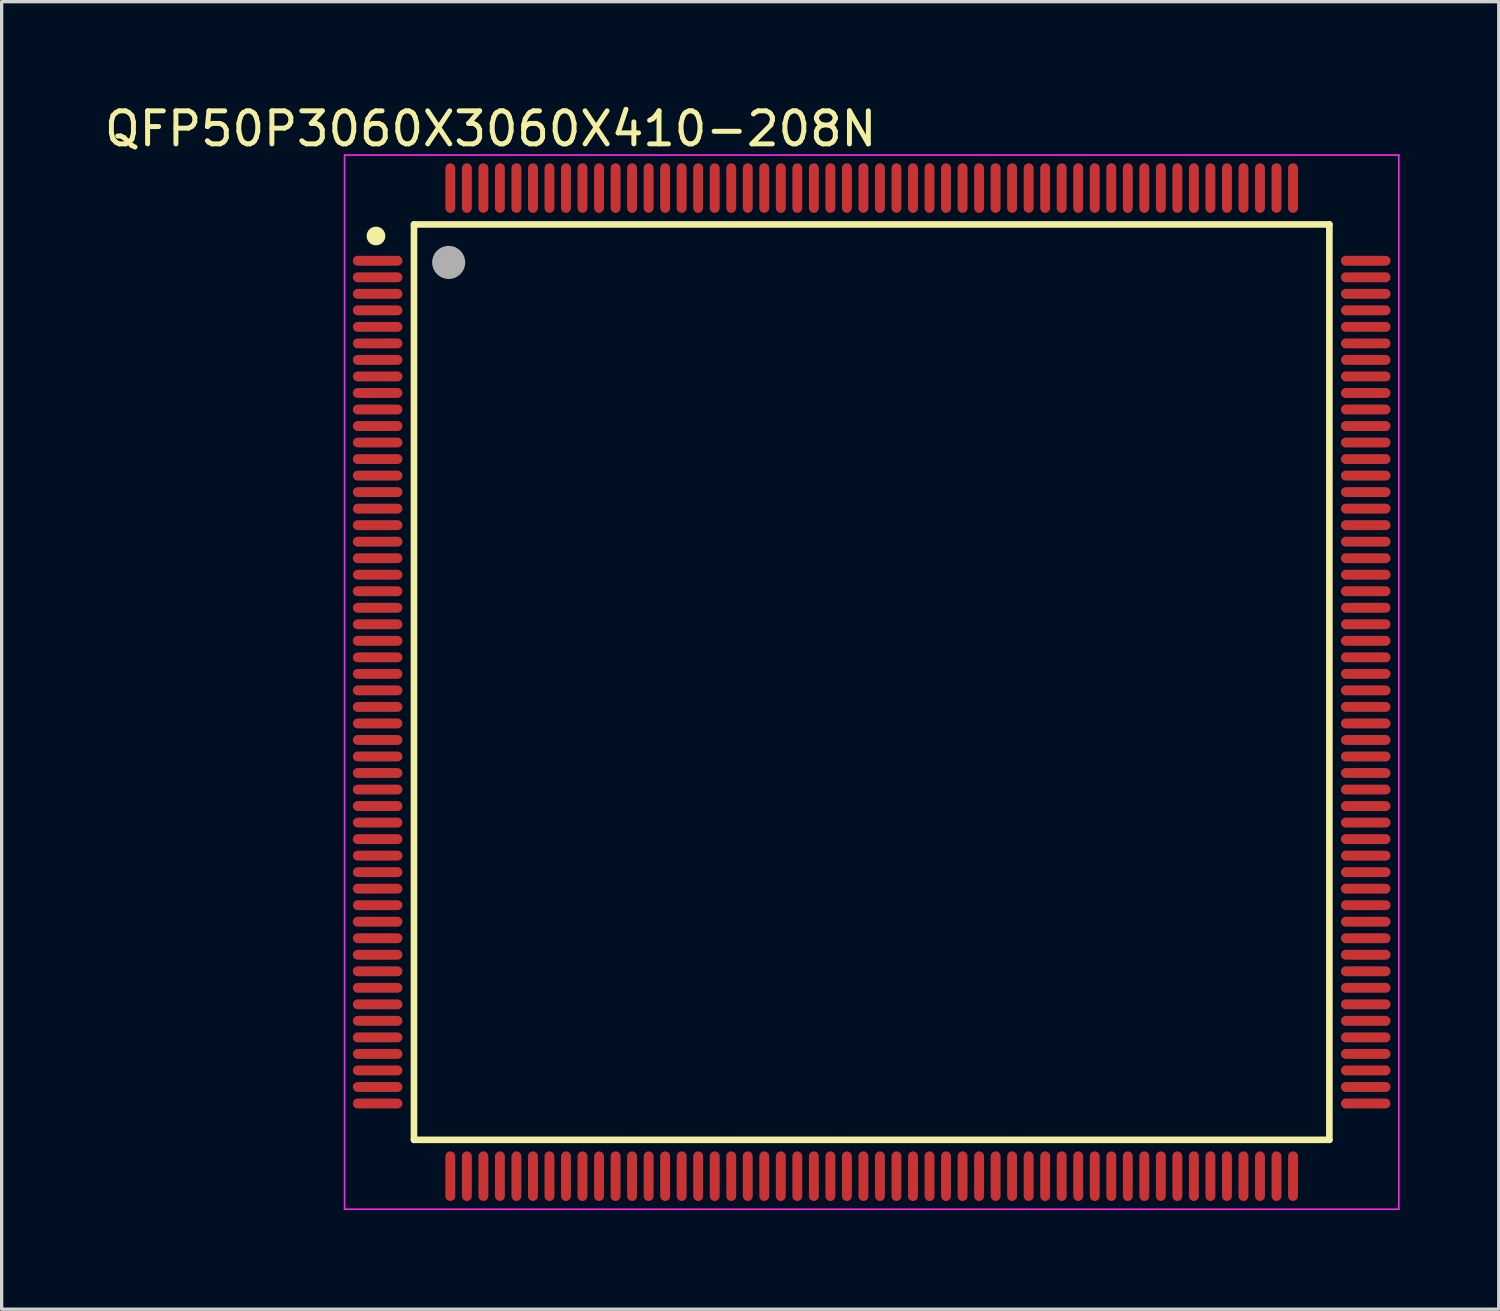
<source format=kicad_pcb>
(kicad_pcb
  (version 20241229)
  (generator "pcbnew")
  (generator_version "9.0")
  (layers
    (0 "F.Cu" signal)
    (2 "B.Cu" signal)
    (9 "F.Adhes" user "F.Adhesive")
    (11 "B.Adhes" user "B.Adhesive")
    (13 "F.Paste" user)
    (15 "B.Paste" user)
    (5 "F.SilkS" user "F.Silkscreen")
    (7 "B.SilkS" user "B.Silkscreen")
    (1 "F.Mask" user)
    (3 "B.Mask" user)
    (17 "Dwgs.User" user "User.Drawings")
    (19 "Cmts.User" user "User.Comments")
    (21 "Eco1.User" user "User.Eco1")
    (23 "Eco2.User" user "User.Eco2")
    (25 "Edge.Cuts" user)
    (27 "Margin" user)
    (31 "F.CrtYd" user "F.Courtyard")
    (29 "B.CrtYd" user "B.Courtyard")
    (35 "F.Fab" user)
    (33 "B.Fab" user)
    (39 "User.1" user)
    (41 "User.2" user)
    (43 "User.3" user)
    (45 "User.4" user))
  (footprint "QFP50P3060X3060X410-208N"
    (layer "F.Cu")
    (at 23.327 17.591)
    (property "Reference" "QFP50P3060X3060X410-208N" (at -11.53 -16.742 0) (layer "F.SilkS") (effects (font (size 1 1) (thickness 0.15))))
    (attr through_hole)
    (fp_line (start -13.85 -13.85) (end 13.85 -13.85) (stroke (width 0.2) (type solid)) (layer "F.SilkS"))
    (fp_line (start -13.85 13.85) (end -13.85 -13.85) (stroke (width 0.2) (type solid)) (layer "F.SilkS"))
    (fp_line (start 13.85 -13.85) (end 13.85 13.85) (stroke (width 0.2) (type solid)) (layer "F.SilkS"))
    (fp_line (start 13.85 13.85) (end -13.85 13.85) (stroke (width 0.2) (type solid)) (layer "F.SilkS"))
    (fp_circle (center -15 -13.5) (end -14.717 -13.5) (stroke (width 0) (type solid)) (fill yes) (layer "F.SilkS"))
    (fp_line (start -15.95 -15.95) (end 15.95 -15.95) (stroke (width 0.05) (type solid)) (layer "F.CrtYd"))
    (fp_line (start -15.95 15.95) (end -15.95 -15.95) (stroke (width 0.05) (type solid)) (layer "F.CrtYd"))
    (fp_line (start 15.95 -15.95) (end 15.95 15.95) (stroke (width 0.05) (type solid)) (layer "F.CrtYd"))
    (fp_line (start 15.95 15.95) (end -15.95 15.95) (stroke (width 0.05) (type solid)) (layer "F.CrtYd"))
    (fp_circle (center -12.8 -12.7) (end -12.3 -12.7) (stroke (width 0) (type solid)) (fill yes) (layer "F.Fab"))
    (pad "1" smd oval (at -14.95 -12.75) (size 1.5 0.3) (layers "F.Cu" "F.Mask" "F.Paste"))
    (pad "2" smd oval (at -14.95 -12.25) (size 1.5 0.3) (layers "F.Cu" "F.Mask" "F.Paste"))
    (pad "3" smd oval (at -14.95 -11.75) (size 1.5 0.3) (layers "F.Cu" "F.Mask" "F.Paste"))
    (pad "4" smd oval (at -14.95 -11.25) (size 1.5 0.3) (layers "F.Cu" "F.Mask" "F.Paste"))
    (pad "5" smd oval (at -14.95 -10.75) (size 1.5 0.3) (layers "F.Cu" "F.Mask" "F.Paste"))
    (pad "6" smd oval (at -14.95 -10.25) (size 1.5 0.3) (layers "F.Cu" "F.Mask" "F.Paste"))
    (pad "7" smd oval (at -14.95 -9.75) (size 1.5 0.3) (layers "F.Cu" "F.Mask" "F.Paste"))
    (pad "8" smd oval (at -14.95 -9.25) (size 1.5 0.3) (layers "F.Cu" "F.Mask" "F.Paste"))
    (pad "9" smd oval (at -14.95 -8.75) (size 1.5 0.3) (layers "F.Cu" "F.Mask" "F.Paste"))
    (pad "10" smd oval (at -14.95 -8.25) (size 1.5 0.3) (layers "F.Cu" "F.Mask" "F.Paste"))
    (pad "11" smd oval (at -14.95 -7.75) (size 1.5 0.3) (layers "F.Cu" "F.Mask" "F.Paste"))
    (pad "12" smd oval (at -14.95 -7.25) (size 1.5 0.3) (layers "F.Cu" "F.Mask" "F.Paste"))
    (pad "13" smd oval (at -14.95 -6.75) (size 1.5 0.3) (layers "F.Cu" "F.Mask" "F.Paste"))
    (pad "14" smd oval (at -14.95 -6.25) (size 1.5 0.3) (layers "F.Cu" "F.Mask" "F.Paste"))
    (pad "15" smd oval (at -14.95 -5.75) (size 1.5 0.3) (layers "F.Cu" "F.Mask" "F.Paste"))
    (pad "16" smd oval (at -14.95 -5.25) (size 1.5 0.3) (layers "F.Cu" "F.Mask" "F.Paste"))
    (pad "17" smd oval (at -14.95 -4.75) (size 1.5 0.3) (layers "F.Cu" "F.Mask" "F.Paste"))
    (pad "18" smd oval (at -14.95 -4.25) (size 1.5 0.3) (layers "F.Cu" "F.Mask" "F.Paste"))
    (pad "19" smd oval (at -14.95 -3.75) (size 1.5 0.3) (layers "F.Cu" "F.Mask" "F.Paste"))
    (pad "20" smd oval (at -14.95 -3.25) (size 1.5 0.3) (layers "F.Cu" "F.Mask" "F.Paste"))
    (pad "21" smd oval (at -14.95 -2.75) (size 1.5 0.3) (layers "F.Cu" "F.Mask" "F.Paste"))
    (pad "22" smd oval (at -14.95 -2.25) (size 1.5 0.3) (layers "F.Cu" "F.Mask" "F.Paste"))
    (pad "23" smd oval (at -14.95 -1.75) (size 1.5 0.3) (layers "F.Cu" "F.Mask" "F.Paste"))
    (pad "24" smd oval (at -14.95 -1.25) (size 1.5 0.3) (layers "F.Cu" "F.Mask" "F.Paste"))
    (pad "25" smd oval (at -14.95 -0.75) (size 1.5 0.3) (layers "F.Cu" "F.Mask" "F.Paste"))
    (pad "26" smd oval (at -14.95 -0.25) (size 1.5 0.3) (layers "F.Cu" "F.Mask" "F.Paste"))
    (pad "27" smd oval (at -14.95 0.25) (size 1.5 0.3) (layers "F.Cu" "F.Mask" "F.Paste"))
    (pad "28" smd oval (at -14.95 0.75) (size 1.5 0.3) (layers "F.Cu" "F.Mask" "F.Paste"))
    (pad "29" smd oval (at -14.95 1.25) (size 1.5 0.3) (layers "F.Cu" "F.Mask" "F.Paste"))
    (pad "30" smd oval (at -14.95 1.75) (size 1.5 0.3) (layers "F.Cu" "F.Mask" "F.Paste"))
    (pad "31" smd oval (at -14.95 2.25) (size 1.5 0.3) (layers "F.Cu" "F.Mask" "F.Paste"))
    (pad "32" smd oval (at -14.95 2.75) (size 1.5 0.3) (layers "F.Cu" "F.Mask" "F.Paste"))
    (pad "33" smd oval (at -14.95 3.25) (size 1.5 0.3) (layers "F.Cu" "F.Mask" "F.Paste"))
    (pad "34" smd oval (at -14.95 3.75) (size 1.5 0.3) (layers "F.Cu" "F.Mask" "F.Paste"))
    (pad "35" smd oval (at -14.95 4.25) (size 1.5 0.3) (layers "F.Cu" "F.Mask" "F.Paste"))
    (pad "36" smd oval (at -14.95 4.75) (size 1.5 0.3) (layers "F.Cu" "F.Mask" "F.Paste"))
    (pad "37" smd oval (at -14.95 5.25) (size 1.5 0.3) (layers "F.Cu" "F.Mask" "F.Paste"))
    (pad "38" smd oval (at -14.95 5.75) (size 1.5 0.3) (layers "F.Cu" "F.Mask" "F.Paste"))
    (pad "39" smd oval (at -14.95 6.25) (size 1.5 0.3) (layers "F.Cu" "F.Mask" "F.Paste"))
    (pad "40" smd oval (at -14.95 6.75) (size 1.5 0.3) (layers "F.Cu" "F.Mask" "F.Paste"))
    (pad "41" smd oval (at -14.95 7.25) (size 1.5 0.3) (layers "F.Cu" "F.Mask" "F.Paste"))
    (pad "42" smd oval (at -14.95 7.75) (size 1.5 0.3) (layers "F.Cu" "F.Mask" "F.Paste"))
    (pad "43" smd oval (at -14.95 8.25) (size 1.5 0.3) (layers "F.Cu" "F.Mask" "F.Paste"))
    (pad "44" smd oval (at -14.95 8.75) (size 1.5 0.3) (layers "F.Cu" "F.Mask" "F.Paste"))
    (pad "45" smd oval (at -14.95 9.25) (size 1.5 0.3) (layers "F.Cu" "F.Mask" "F.Paste"))
    (pad "46" smd oval (at -14.95 9.75) (size 1.5 0.3) (layers "F.Cu" "F.Mask" "F.Paste"))
    (pad "47" smd oval (at -14.95 10.25) (size 1.5 0.3) (layers "F.Cu" "F.Mask" "F.Paste"))
    (pad "48" smd oval (at -14.95 10.75) (size 1.5 0.3) (layers "F.Cu" "F.Mask" "F.Paste"))
    (pad "49" smd oval (at -14.95 11.25) (size 1.5 0.3) (layers "F.Cu" "F.Mask" "F.Paste"))
    (pad "50" smd oval (at -14.95 11.75) (size 1.5 0.3) (layers "F.Cu" "F.Mask" "F.Paste"))
    (pad "51" smd oval (at -14.95 12.25) (size 1.5 0.3) (layers "F.Cu" "F.Mask" "F.Paste"))
    (pad "52" smd oval (at -14.95 12.75) (size 1.5 0.3) (layers "F.Cu" "F.Mask" "F.Paste"))
    (pad "53" smd oval (at -12.75 14.95) (size 0.3 1.5) (layers "F.Cu" "F.Mask" "F.Paste"))
    (pad "54" smd oval (at -12.25 14.95) (size 0.3 1.5) (layers "F.Cu" "F.Mask" "F.Paste"))
    (pad "55" smd oval (at -11.75 14.95) (size 0.3 1.5) (layers "F.Cu" "F.Mask" "F.Paste"))
    (pad "56" smd oval (at -11.25 14.95) (size 0.3 1.5) (layers "F.Cu" "F.Mask" "F.Paste"))
    (pad "57" smd oval (at -10.75 14.95) (size 0.3 1.5) (layers "F.Cu" "F.Mask" "F.Paste"))
    (pad "58" smd oval (at -10.25 14.95) (size 0.3 1.5) (layers "F.Cu" "F.Mask" "F.Paste"))
    (pad "59" smd oval (at -9.75 14.95) (size 0.3 1.5) (layers "F.Cu" "F.Mask" "F.Paste"))
    (pad "60" smd oval (at -9.25 14.95) (size 0.3 1.5) (layers "F.Cu" "F.Mask" "F.Paste"))
    (pad "61" smd oval (at -8.75 14.95) (size 0.3 1.5) (layers "F.Cu" "F.Mask" "F.Paste"))
    (pad "62" smd oval (at -8.25 14.95) (size 0.3 1.5) (layers "F.Cu" "F.Mask" "F.Paste"))
    (pad "63" smd oval (at -7.75 14.95) (size 0.3 1.5) (layers "F.Cu" "F.Mask" "F.Paste"))
    (pad "64" smd oval (at -7.25 14.95) (size 0.3 1.5) (layers "F.Cu" "F.Mask" "F.Paste"))
    (pad "65" smd oval (at -6.75 14.95) (size 0.3 1.5) (layers "F.Cu" "F.Mask" "F.Paste"))
    (pad "66" smd oval (at -6.25 14.95) (size 0.3 1.5) (layers "F.Cu" "F.Mask" "F.Paste"))
    (pad "67" smd oval (at -5.75 14.95) (size 0.3 1.5) (layers "F.Cu" "F.Mask" "F.Paste"))
    (pad "68" smd oval (at -5.25 14.95) (size 0.3 1.5) (layers "F.Cu" "F.Mask" "F.Paste"))
    (pad "69" smd oval (at -4.75 14.95) (size 0.3 1.5) (layers "F.Cu" "F.Mask" "F.Paste"))
    (pad "70" smd oval (at -4.25 14.95) (size 0.3 1.5) (layers "F.Cu" "F.Mask" "F.Paste"))
    (pad "71" smd oval (at -3.75 14.95) (size 0.3 1.5) (layers "F.Cu" "F.Mask" "F.Paste"))
    (pad "72" smd oval (at -3.25 14.95) (size 0.3 1.5) (layers "F.Cu" "F.Mask" "F.Paste"))
    (pad "73" smd oval (at -2.75 14.95) (size 0.3 1.5) (layers "F.Cu" "F.Mask" "F.Paste"))
    (pad "74" smd oval (at -2.25 14.95) (size 0.3 1.5) (layers "F.Cu" "F.Mask" "F.Paste"))
    (pad "75" smd oval (at -1.75 14.95) (size 0.3 1.5) (layers "F.Cu" "F.Mask" "F.Paste"))
    (pad "76" smd oval (at -1.25 14.95) (size 0.3 1.5) (layers "F.Cu" "F.Mask" "F.Paste"))
    (pad "77" smd oval (at -0.75 14.95) (size 0.3 1.5) (layers "F.Cu" "F.Mask" "F.Paste"))
    (pad "78" smd oval (at -0.25 14.95) (size 0.3 1.5) (layers "F.Cu" "F.Mask" "F.Paste"))
    (pad "79" smd oval (at 0.25 14.95) (size 0.3 1.5) (layers "F.Cu" "F.Mask" "F.Paste"))
    (pad "80" smd oval (at 0.75 14.95) (size 0.3 1.5) (layers "F.Cu" "F.Mask" "F.Paste"))
    (pad "81" smd oval (at 1.25 14.95) (size 0.3 1.5) (layers "F.Cu" "F.Mask" "F.Paste"))
    (pad "82" smd oval (at 1.75 14.95) (size 0.3 1.5) (layers "F.Cu" "F.Mask" "F.Paste"))
    (pad "83" smd oval (at 2.25 14.95) (size 0.3 1.5) (layers "F.Cu" "F.Mask" "F.Paste"))
    (pad "84" smd oval (at 2.75 14.95) (size 0.3 1.5) (layers "F.Cu" "F.Mask" "F.Paste"))
    (pad "85" smd oval (at 3.25 14.95) (size 0.3 1.5) (layers "F.Cu" "F.Mask" "F.Paste"))
    (pad "86" smd oval (at 3.75 14.95) (size 0.3 1.5) (layers "F.Cu" "F.Mask" "F.Paste"))
    (pad "87" smd oval (at 4.25 14.95) (size 0.3 1.5) (layers "F.Cu" "F.Mask" "F.Paste"))
    (pad "88" smd oval (at 4.75 14.95) (size 0.3 1.5) (layers "F.Cu" "F.Mask" "F.Paste"))
    (pad "89" smd oval (at 5.25 14.95) (size 0.3 1.5) (layers "F.Cu" "F.Mask" "F.Paste"))
    (pad "90" smd oval (at 5.75 14.95) (size 0.3 1.5) (layers "F.Cu" "F.Mask" "F.Paste"))
    (pad "91" smd oval (at 6.25 14.95) (size 0.3 1.5) (layers "F.Cu" "F.Mask" "F.Paste"))
    (pad "92" smd oval (at 6.75 14.95) (size 0.3 1.5) (layers "F.Cu" "F.Mask" "F.Paste"))
    (pad "93" smd oval (at 7.25 14.95) (size 0.3 1.5) (layers "F.Cu" "F.Mask" "F.Paste"))
    (pad "94" smd oval (at 7.75 14.95) (size 0.3 1.5) (layers "F.Cu" "F.Mask" "F.Paste"))
    (pad "95" smd oval (at 8.25 14.95) (size 0.3 1.5) (layers "F.Cu" "F.Mask" "F.Paste"))
    (pad "96" smd oval (at 8.75 14.95) (size 0.3 1.5) (layers "F.Cu" "F.Mask" "F.Paste"))
    (pad "97" smd oval (at 9.25 14.95) (size 0.3 1.5) (layers "F.Cu" "F.Mask" "F.Paste"))
    (pad "98" smd oval (at 9.75 14.95) (size 0.3 1.5) (layers "F.Cu" "F.Mask" "F.Paste"))
    (pad "99" smd oval (at 10.25 14.95) (size 0.3 1.5) (layers "F.Cu" "F.Mask" "F.Paste"))
    (pad "100" smd oval (at 10.75 14.95) (size 0.3 1.5) (layers "F.Cu" "F.Mask" "F.Paste"))
    (pad "101" smd oval (at 11.25 14.95) (size 0.3 1.5) (layers "F.Cu" "F.Mask" "F.Paste"))
    (pad "102" smd oval (at 11.75 14.95) (size 0.3 1.5) (layers "F.Cu" "F.Mask" "F.Paste"))
    (pad "103" smd oval (at 12.25 14.95) (size 0.3 1.5) (layers "F.Cu" "F.Mask" "F.Paste"))
    (pad "104" smd oval (at 12.75 14.95) (size 0.3 1.5) (layers "F.Cu" "F.Mask" "F.Paste"))
    (pad "105" smd oval (at 14.95 12.75) (size 1.5 0.3) (layers "F.Cu" "F.Mask" "F.Paste"))
    (pad "106" smd oval (at 14.95 12.25) (size 1.5 0.3) (layers "F.Cu" "F.Mask" "F.Paste"))
    (pad "107" smd oval (at 14.95 11.75) (size 1.5 0.3) (layers "F.Cu" "F.Mask" "F.Paste"))
    (pad "108" smd oval (at 14.95 11.25) (size 1.5 0.3) (layers "F.Cu" "F.Mask" "F.Paste"))
    (pad "109" smd oval (at 14.95 10.75) (size 1.5 0.3) (layers "F.Cu" "F.Mask" "F.Paste"))
    (pad "110" smd oval (at 14.95 10.25) (size 1.5 0.3) (layers "F.Cu" "F.Mask" "F.Paste"))
    (pad "111" smd oval (at 14.95 9.75) (size 1.5 0.3) (layers "F.Cu" "F.Mask" "F.Paste"))
    (pad "112" smd oval (at 14.95 9.25) (size 1.5 0.3) (layers "F.Cu" "F.Mask" "F.Paste"))
    (pad "113" smd oval (at 14.95 8.75) (size 1.5 0.3) (layers "F.Cu" "F.Mask" "F.Paste"))
    (pad "114" smd oval (at 14.95 8.25) (size 1.5 0.3) (layers "F.Cu" "F.Mask" "F.Paste"))
    (pad "115" smd oval (at 14.95 7.75) (size 1.5 0.3) (layers "F.Cu" "F.Mask" "F.Paste"))
    (pad "116" smd oval (at 14.95 7.25) (size 1.5 0.3) (layers "F.Cu" "F.Mask" "F.Paste"))
    (pad "117" smd oval (at 14.95 6.75) (size 1.5 0.3) (layers "F.Cu" "F.Mask" "F.Paste"))
    (pad "118" smd oval (at 14.95 6.25) (size 1.5 0.3) (layers "F.Cu" "F.Mask" "F.Paste"))
    (pad "119" smd oval (at 14.95 5.75) (size 1.5 0.3) (layers "F.Cu" "F.Mask" "F.Paste"))
    (pad "120" smd oval (at 14.95 5.25) (size 1.5 0.3) (layers "F.Cu" "F.Mask" "F.Paste"))
    (pad "121" smd oval (at 14.95 4.75) (size 1.5 0.3) (layers "F.Cu" "F.Mask" "F.Paste"))
    (pad "122" smd oval (at 14.95 4.25) (size 1.5 0.3) (layers "F.Cu" "F.Mask" "F.Paste"))
    (pad "123" smd oval (at 14.95 3.75) (size 1.5 0.3) (layers "F.Cu" "F.Mask" "F.Paste"))
    (pad "124" smd oval (at 14.95 3.25) (size 1.5 0.3) (layers "F.Cu" "F.Mask" "F.Paste"))
    (pad "125" smd oval (at 14.95 2.75) (size 1.5 0.3) (layers "F.Cu" "F.Mask" "F.Paste"))
    (pad "126" smd oval (at 14.95 2.25) (size 1.5 0.3) (layers "F.Cu" "F.Mask" "F.Paste"))
    (pad "127" smd oval (at 14.95 1.75) (size 1.5 0.3) (layers "F.Cu" "F.Mask" "F.Paste"))
    (pad "128" smd oval (at 14.95 1.25) (size 1.5 0.3) (layers "F.Cu" "F.Mask" "F.Paste"))
    (pad "129" smd oval (at 14.95 0.75) (size 1.5 0.3) (layers "F.Cu" "F.Mask" "F.Paste"))
    (pad "130" smd oval (at 14.95 0.25) (size 1.5 0.3) (layers "F.Cu" "F.Mask" "F.Paste"))
    (pad "131" smd oval (at 14.95 -0.25) (size 1.5 0.3) (layers "F.Cu" "F.Mask" "F.Paste"))
    (pad "132" smd oval (at 14.95 -0.75) (size 1.5 0.3) (layers "F.Cu" "F.Mask" "F.Paste"))
    (pad "133" smd oval (at 14.95 -1.25) (size 1.5 0.3) (layers "F.Cu" "F.Mask" "F.Paste"))
    (pad "134" smd oval (at 14.95 -1.75) (size 1.5 0.3) (layers "F.Cu" "F.Mask" "F.Paste"))
    (pad "135" smd oval (at 14.95 -2.25) (size 1.5 0.3) (layers "F.Cu" "F.Mask" "F.Paste"))
    (pad "136" smd oval (at 14.95 -2.75) (size 1.5 0.3) (layers "F.Cu" "F.Mask" "F.Paste"))
    (pad "137" smd oval (at 14.95 -3.25) (size 1.5 0.3) (layers "F.Cu" "F.Mask" "F.Paste"))
    (pad "138" smd oval (at 14.95 -3.75) (size 1.5 0.3) (layers "F.Cu" "F.Mask" "F.Paste"))
    (pad "139" smd oval (at 14.95 -4.25) (size 1.5 0.3) (layers "F.Cu" "F.Mask" "F.Paste"))
    (pad "140" smd oval (at 14.95 -4.75) (size 1.5 0.3) (layers "F.Cu" "F.Mask" "F.Paste"))
    (pad "141" smd oval (at 14.95 -5.25) (size 1.5 0.3) (layers "F.Cu" "F.Mask" "F.Paste"))
    (pad "142" smd oval (at 14.95 -5.75) (size 1.5 0.3) (layers "F.Cu" "F.Mask" "F.Paste"))
    (pad "143" smd oval (at 14.95 -6.25) (size 1.5 0.3) (layers "F.Cu" "F.Mask" "F.Paste"))
    (pad "144" smd oval (at 14.95 -6.75) (size 1.5 0.3) (layers "F.Cu" "F.Mask" "F.Paste"))
    (pad "145" smd oval (at 14.95 -7.25) (size 1.5 0.3) (layers "F.Cu" "F.Mask" "F.Paste"))
    (pad "146" smd oval (at 14.95 -7.75) (size 1.5 0.3) (layers "F.Cu" "F.Mask" "F.Paste"))
    (pad "147" smd oval (at 14.95 -8.25) (size 1.5 0.3) (layers "F.Cu" "F.Mask" "F.Paste"))
    (pad "148" smd oval (at 14.95 -8.75) (size 1.5 0.3) (layers "F.Cu" "F.Mask" "F.Paste"))
    (pad "149" smd oval (at 14.95 -9.25) (size 1.5 0.3) (layers "F.Cu" "F.Mask" "F.Paste"))
    (pad "150" smd oval (at 14.95 -9.75) (size 1.5 0.3) (layers "F.Cu" "F.Mask" "F.Paste"))
    (pad "151" smd oval (at 14.95 -10.25) (size 1.5 0.3) (layers "F.Cu" "F.Mask" "F.Paste"))
    (pad "152" smd oval (at 14.95 -10.75) (size 1.5 0.3) (layers "F.Cu" "F.Mask" "F.Paste"))
    (pad "153" smd oval (at 14.95 -11.25) (size 1.5 0.3) (layers "F.Cu" "F.Mask" "F.Paste"))
    (pad "154" smd oval (at 14.95 -11.75) (size 1.5 0.3) (layers "F.Cu" "F.Mask" "F.Paste"))
    (pad "155" smd oval (at 14.95 -12.25) (size 1.5 0.3) (layers "F.Cu" "F.Mask" "F.Paste"))
    (pad "156" smd oval (at 14.95 -12.75) (size 1.5 0.3) (layers "F.Cu" "F.Mask" "F.Paste"))
    (pad "157" smd oval (at 12.75 -14.95) (size 0.3 1.5) (layers "F.Cu" "F.Mask" "F.Paste"))
    (pad "158" smd oval (at 12.25 -14.95) (size 0.3 1.5) (layers "F.Cu" "F.Mask" "F.Paste"))
    (pad "159" smd oval (at 11.75 -14.95) (size 0.3 1.5) (layers "F.Cu" "F.Mask" "F.Paste"))
    (pad "160" smd oval (at 11.25 -14.95) (size 0.3 1.5) (layers "F.Cu" "F.Mask" "F.Paste"))
    (pad "161" smd oval (at 10.75 -14.95) (size 0.3 1.5) (layers "F.Cu" "F.Mask" "F.Paste"))
    (pad "162" smd oval (at 10.25 -14.95) (size 0.3 1.5) (layers "F.Cu" "F.Mask" "F.Paste"))
    (pad "163" smd oval (at 9.75 -14.95) (size 0.3 1.5) (layers "F.Cu" "F.Mask" "F.Paste"))
    (pad "164" smd oval (at 9.25 -14.95) (size 0.3 1.5) (layers "F.Cu" "F.Mask" "F.Paste"))
    (pad "165" smd oval (at 8.75 -14.95) (size 0.3 1.5) (layers "F.Cu" "F.Mask" "F.Paste"))
    (pad "166" smd oval (at 8.25 -14.95) (size 0.3 1.5) (layers "F.Cu" "F.Mask" "F.Paste"))
    (pad "167" smd oval (at 7.75 -14.95) (size 0.3 1.5) (layers "F.Cu" "F.Mask" "F.Paste"))
    (pad "168" smd oval (at 7.25 -14.95) (size 0.3 1.5) (layers "F.Cu" "F.Mask" "F.Paste"))
    (pad "169" smd oval (at 6.75 -14.95) (size 0.3 1.5) (layers "F.Cu" "F.Mask" "F.Paste"))
    (pad "170" smd oval (at 6.25 -14.95) (size 0.3 1.5) (layers "F.Cu" "F.Mask" "F.Paste"))
    (pad "171" smd oval (at 5.75 -14.95) (size 0.3 1.5) (layers "F.Cu" "F.Mask" "F.Paste"))
    (pad "172" smd oval (at 5.25 -14.95) (size 0.3 1.5) (layers "F.Cu" "F.Mask" "F.Paste"))
    (pad "173" smd oval (at 4.75 -14.95) (size 0.3 1.5) (layers "F.Cu" "F.Mask" "F.Paste"))
    (pad "174" smd oval (at 4.25 -14.95) (size 0.3 1.5) (layers "F.Cu" "F.Mask" "F.Paste"))
    (pad "175" smd oval (at 3.75 -14.95) (size 0.3 1.5) (layers "F.Cu" "F.Mask" "F.Paste"))
    (pad "176" smd oval (at 3.25 -14.95) (size 0.3 1.5) (layers "F.Cu" "F.Mask" "F.Paste"))
    (pad "177" smd oval (at 2.75 -14.95) (size 0.3 1.5) (layers "F.Cu" "F.Mask" "F.Paste"))
    (pad "178" smd oval (at 2.25 -14.95) (size 0.3 1.5) (layers "F.Cu" "F.Mask" "F.Paste"))
    (pad "179" smd oval (at 1.75 -14.95) (size 0.3 1.5) (layers "F.Cu" "F.Mask" "F.Paste"))
    (pad "180" smd oval (at 1.25 -14.95) (size 0.3 1.5) (layers "F.Cu" "F.Mask" "F.Paste"))
    (pad "181" smd oval (at 0.75 -14.95) (size 0.3 1.5) (layers "F.Cu" "F.Mask" "F.Paste"))
    (pad "182" smd oval (at 0.25 -14.95) (size 0.3 1.5) (layers "F.Cu" "F.Mask" "F.Paste"))
    (pad "183" smd oval (at -0.25 -14.95) (size 0.3 1.5) (layers "F.Cu" "F.Mask" "F.Paste"))
    (pad "184" smd oval (at -0.75 -14.95) (size 0.3 1.5) (layers "F.Cu" "F.Mask" "F.Paste"))
    (pad "185" smd oval (at -1.25 -14.95) (size 0.3 1.5) (layers "F.Cu" "F.Mask" "F.Paste"))
    (pad "186" smd oval (at -1.75 -14.95) (size 0.3 1.5) (layers "F.Cu" "F.Mask" "F.Paste"))
    (pad "187" smd oval (at -2.25 -14.95) (size 0.3 1.5) (layers "F.Cu" "F.Mask" "F.Paste"))
    (pad "188" smd oval (at -2.75 -14.95) (size 0.3 1.5) (layers "F.Cu" "F.Mask" "F.Paste"))
    (pad "189" smd oval (at -3.25 -14.95) (size 0.3 1.5) (layers "F.Cu" "F.Mask" "F.Paste"))
    (pad "190" smd oval (at -3.75 -14.95) (size 0.3 1.5) (layers "F.Cu" "F.Mask" "F.Paste"))
    (pad "191" smd oval (at -4.25 -14.95) (size 0.3 1.5) (layers "F.Cu" "F.Mask" "F.Paste"))
    (pad "192" smd oval (at -4.75 -14.95) (size 0.3 1.5) (layers "F.Cu" "F.Mask" "F.Paste"))
    (pad "193" smd oval (at -5.25 -14.95) (size 0.3 1.5) (layers "F.Cu" "F.Mask" "F.Paste"))
    (pad "194" smd oval (at -5.75 -14.95) (size 0.3 1.5) (layers "F.Cu" "F.Mask" "F.Paste"))
    (pad "195" smd oval (at -6.25 -14.95) (size 0.3 1.5) (layers "F.Cu" "F.Mask" "F.Paste"))
    (pad "196" smd oval (at -6.75 -14.95) (size 0.3 1.5) (layers "F.Cu" "F.Mask" "F.Paste"))
    (pad "197" smd oval (at -7.25 -14.95) (size 0.3 1.5) (layers "F.Cu" "F.Mask" "F.Paste"))
    (pad "198" smd oval (at -7.75 -14.95) (size 0.3 1.5) (layers "F.Cu" "F.Mask" "F.Paste"))
    (pad "199" smd oval (at -8.25 -14.95) (size 0.3 1.5) (layers "F.Cu" "F.Mask" "F.Paste"))
    (pad "200" smd oval (at -8.75 -14.95) (size 0.3 1.5) (layers "F.Cu" "F.Mask" "F.Paste"))
    (pad "201" smd oval (at -9.25 -14.95) (size 0.3 1.5) (layers "F.Cu" "F.Mask" "F.Paste"))
    (pad "202" smd oval (at -9.75 -14.95) (size 0.3 1.5) (layers "F.Cu" "F.Mask" "F.Paste"))
    (pad "203" smd oval (at -10.25 -14.95) (size 0.3 1.5) (layers "F.Cu" "F.Mask" "F.Paste"))
    (pad "204" smd oval (at -10.75 -14.95) (size 0.3 1.5) (layers "F.Cu" "F.Mask" "F.Paste"))
    (pad "205" smd oval (at -11.25 -14.95) (size 0.3 1.5) (layers "F.Cu" "F.Mask" "F.Paste"))
    (pad "206" smd oval (at -11.75 -14.95) (size 0.3 1.5) (layers "F.Cu" "F.Mask" "F.Paste"))
    (pad "207" smd oval (at -12.25 -14.95) (size 0.3 1.5) (layers "F.Cu" "F.Mask" "F.Paste"))
    (pad "208" smd oval (at -12.75 -14.95) (size 0.3 1.5) (layers "F.Cu" "F.Mask" "F.Paste")))
  (gr_rect
    (start -3 -3)
    (end 42.302 36.566)
    (stroke (width 0.1) (type default))
    (fill no)
    (layer "Edge.Cuts")))
</source>
